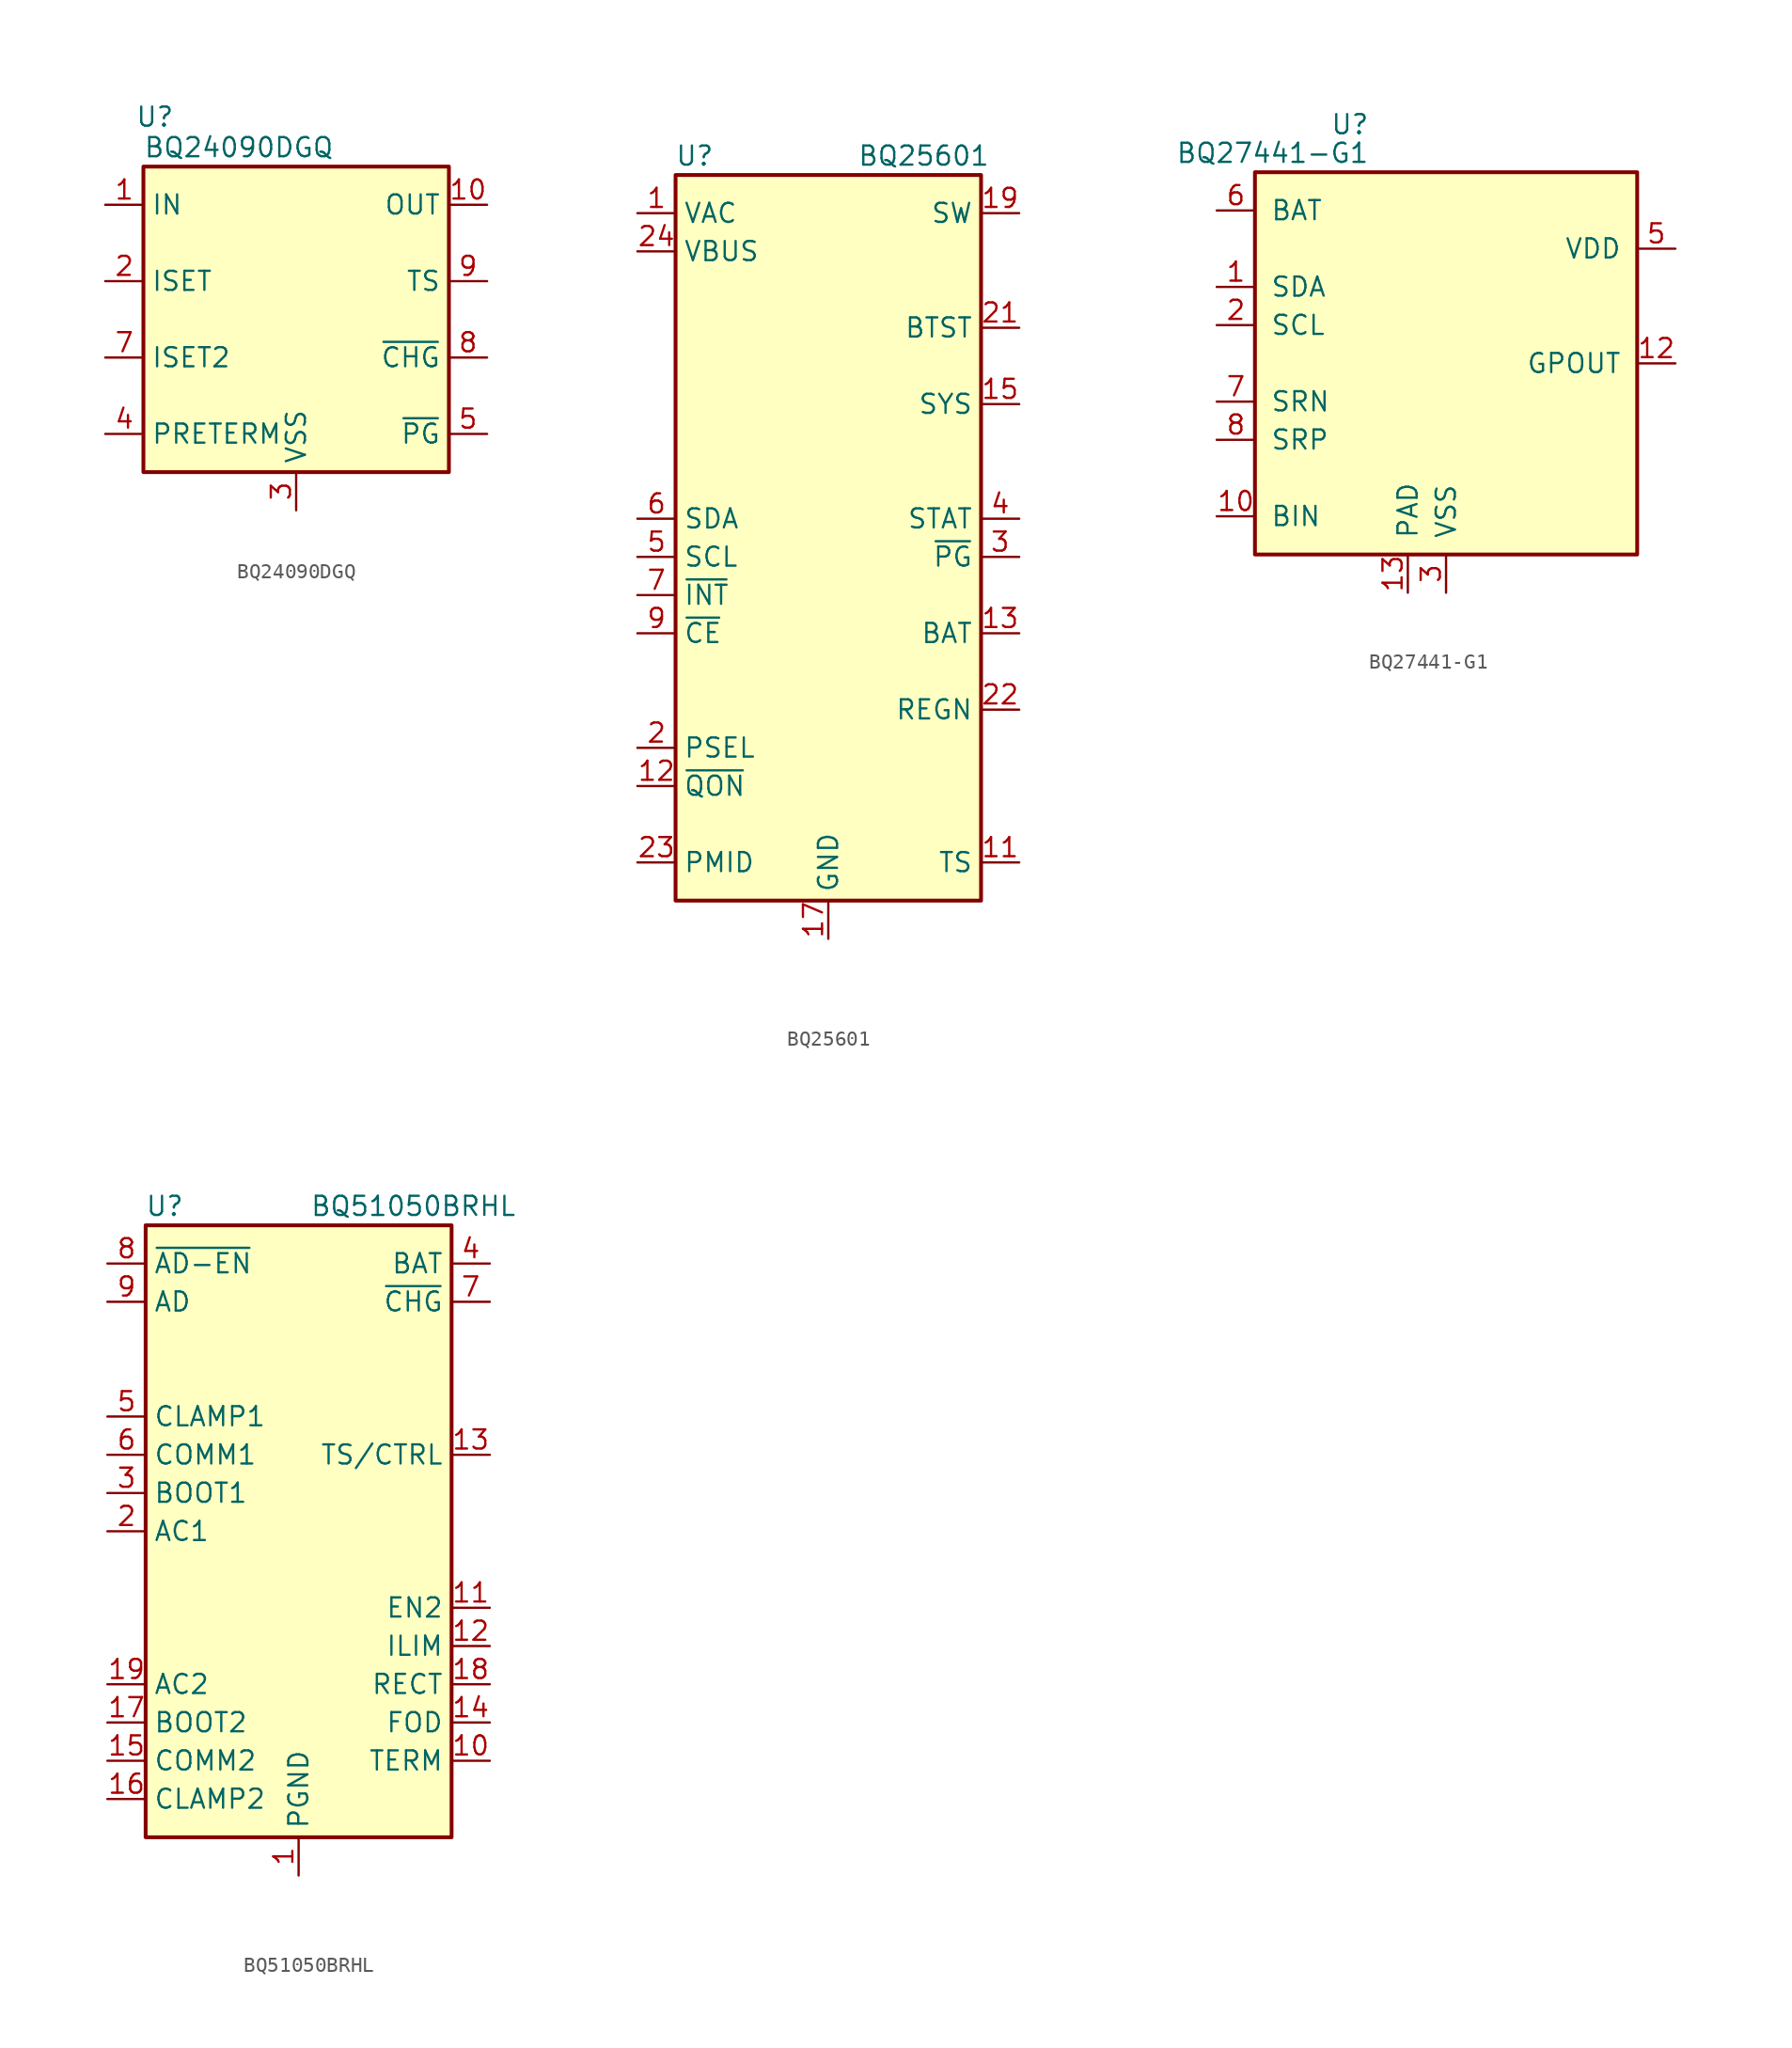
<source format=kicad_sym>
(kicad_symbol_lib
  (version 20200908)
  (generator kicad_symbol_editor)
  (symbol "Battery_Management:BQ24090DGQ"
    (property "Reference" "U"
      (at -9.398 13.462 0)
      (effects (font (size 1.27 1.27))))
    (property "Value" "BQ24090DGQ"
      (at -3.81 11.43 0)
      (effects (font (size 1.27 1.27))))
    (symbol "BQ24090DGQ_0_1"
      (rectangle (start -10.16 10.16) (end 10.16 -10.16) (stroke (width 0.254)) (fill (type background))))
    (symbol "BQ24090DGQ_1_1"
      (pin power_in line (at -12.7 7.62 0) (length 2.54) (name "IN" (effects (font (size 1.27 1.27)))) (number "1" (effects (font (size 1.27 1.27)))))
      (pin power_out line (at 12.7 7.62 180) (length 2.54) (name "OUT" (effects (font (size 1.27 1.27)))) (number "10" (effects (font (size 1.27 1.27)))))
      (pin passive line (at 0 -12.7 90) (length 2.54) hide (name "VSS" (effects (font (size 1.27 1.27)))) (number "11" (effects (font (size 1.27 1.27)))))
      (pin passive line (at -12.7 2.54 0) (length 2.54) (name "ISET" (effects (font (size 1.27 1.27)))) (number "2" (effects (font (size 1.27 1.27)))))
      (pin power_in line (at 0 -12.7 90) (length 2.54) (name "VSS" (effects (font (size 1.27 1.27)))) (number "3" (effects (font (size 1.27 1.27)))))
      (pin passive line (at -12.7 -7.62 0) (length 2.54) (name "PRETERM" (effects (font (size 1.27 1.27)))) (number "4" (effects (font (size 1.27 1.27)))))
      (pin open_collector line (at 12.7 -7.62 180) (length 2.54) (name "~PG" (effects (font (size 1.27 1.27)))) (number "5" (effects (font (size 1.27 1.27)))))
      (pin unconnected line (at 5.08 -10.16 90) (length 2.54) hide (name "NC" (effects (font (size 1.27 1.27)))) (number "6" (effects (font (size 1.27 1.27)))))
      (pin passive line (at -12.7 -2.54 0) (length 2.54) (name "ISET2" (effects (font (size 1.27 1.27)))) (number "7" (effects (font (size 1.27 1.27)))))
      (pin open_collector line (at 12.7 -2.54 180) (length 2.54) (name "~CHG" (effects (font (size 1.27 1.27)))) (number "8" (effects (font (size 1.27 1.27)))))
      (pin passive line (at 12.7 2.54 180) (length 2.54) (name "TS" (effects (font (size 1.27 1.27)))) (number "9" (effects (font (size 1.27 1.27)))))))
  (symbol "Battery_Management:BQ25601"
    (property "Reference" "U"
      (at -8.89 26.67 0)
      (effects (font (size 1.27 1.27))))
    (property "Value" "BQ25601"
      (at 6.35 26.67 0)
      (effects (font (size 1.27 1.27))))
    (symbol "BQ25601_0_1"
      (rectangle (start -10.16 -22.86) (end 10.16 25.4) (stroke (width 0.254)) (fill (type background))))
    (symbol "BQ25601_1_1"
      (pin input line (at -12.7 22.86 0) (length 2.54) (name "VAC" (effects (font (size 1.27 1.27)))) (number "1" (effects (font (size 1.27 1.27)))))
      (pin unconnected line (at -10.16 12.7 0) (length 2.54) hide (name "NC" (effects (font (size 1.27 1.27)))) (number "10" (effects (font (size 1.27 1.27)))))
      (pin passive line (at 12.7 -20.32 180) (length 2.54) (name "TS" (effects (font (size 1.27 1.27)))) (number "11" (effects (font (size 1.27 1.27)))))
      (pin input line (at -12.7 -15.24 0) (length 2.54) (name "~QON" (effects (font (size 1.27 1.27)))) (number "12" (effects (font (size 1.27 1.27)))))
      (pin power_in line (at 12.7 -5.08 180) (length 2.54) (name "BAT" (effects (font (size 1.27 1.27)))) (number "13" (effects (font (size 1.27 1.27)))))
      (pin passive line (at 12.7 -5.08 180) (length 2.54) hide (name "BAT" (effects (font (size 1.27 1.27)))) (number "14" (effects (font (size 1.27 1.27)))))
      (pin passive line (at 12.7 10.16 180) (length 2.54) (name "SYS" (effects (font (size 1.27 1.27)))) (number "15" (effects (font (size 1.27 1.27)))))
      (pin passive line (at 12.7 10.16 180) (length 2.54) hide (name "SYS" (effects (font (size 1.27 1.27)))) (number "16" (effects (font (size 1.27 1.27)))))
      (pin power_in line (at 0 -25.4 90) (length 2.54) (name "GND" (effects (font (size 1.27 1.27)))) (number "17" (effects (font (size 1.27 1.27)))))
      (pin passive line (at 0 -25.4 90) (length 2.54) hide (name "GND" (effects (font (size 1.27 1.27)))) (number "18" (effects (font (size 1.27 1.27)))))
      (pin passive line (at 12.7 22.86 180) (length 2.54) (name "SW" (effects (font (size 1.27 1.27)))) (number "19" (effects (font (size 1.27 1.27)))))
      (pin input line (at -12.7 -12.7 0) (length 2.54) (name "PSEL" (effects (font (size 1.27 1.27)))) (number "2" (effects (font (size 1.27 1.27)))))
      (pin passive line (at 12.7 22.86 180) (length 2.54) hide (name "SW" (effects (font (size 1.27 1.27)))) (number "20" (effects (font (size 1.27 1.27)))))
      (pin input line (at 12.7 15.24 180) (length 2.54) (name "BTST" (effects (font (size 1.27 1.27)))) (number "21" (effects (font (size 1.27 1.27)))))
      (pin passive line (at 12.7 -10.16 180) (length 2.54) (name "REGN" (effects (font (size 1.27 1.27)))) (number "22" (effects (font (size 1.27 1.27)))))
      (pin passive line (at -12.7 -20.32 0) (length 2.54) (name "PMID" (effects (font (size 1.27 1.27)))) (number "23" (effects (font (size 1.27 1.27)))))
      (pin power_in line (at -12.7 20.32 0) (length 2.54) (name "VBUS" (effects (font (size 1.27 1.27)))) (number "24" (effects (font (size 1.27 1.27)))))
      (pin passive line (at 0 -25.4 90) (length 2.54) hide (name "GND" (effects (font (size 1.27 1.27)))) (number "25" (effects (font (size 1.27 1.27)))))
      (pin open_collector line (at 12.7 0 180) (length 2.54) (name "~PG" (effects (font (size 1.27 1.27)))) (number "3" (effects (font (size 1.27 1.27)))))
      (pin open_collector line (at 12.7 2.54 180) (length 2.54) (name "STAT" (effects (font (size 1.27 1.27)))) (number "4" (effects (font (size 1.27 1.27)))))
      (pin input line (at -12.7 0 0) (length 2.54) (name "SCL" (effects (font (size 1.27 1.27)))) (number "5" (effects (font (size 1.27 1.27)))))
      (pin bidirectional line (at -12.7 2.54 0) (length 2.54) (name "SDA" (effects (font (size 1.27 1.27)))) (number "6" (effects (font (size 1.27 1.27)))))
      (pin open_collector line (at -12.7 -2.54 0) (length 2.54) (name "~INT" (effects (font (size 1.27 1.27)))) (number "7" (effects (font (size 1.27 1.27)))))
      (pin unconnected line (at -10.16 15.24 0) (length 2.54) hide (name "NC" (effects (font (size 1.27 1.27)))) (number "8" (effects (font (size 1.27 1.27)))))
      (pin input line (at -12.7 -5.08 0) (length 2.54) (name "~CE" (effects (font (size 1.27 1.27)))) (number "9" (effects (font (size 1.27 1.27)))))))
  (symbol "Battery_Management:BQ27441-G1"
    (pin_names
      (offset 1.016))
    (property "Reference" "U"
      (at -5.08 15.875 0)
      (effects (font (size 1.27 1.27)) (justify right)))
    (property "Value" "BQ27441-G1"
      (at -5.08 13.97 0)
      (effects (font (size 1.27 1.27)) (justify right)))
    (symbol "BQ27441-G1_0_1"
      (rectangle (start -12.7 12.7) (end 12.7 -12.7) (stroke (width 0.254)) (fill (type background))))
    (symbol "BQ27441-G1_1_1"
      (pin bidirectional line (at -15.24 5.08 0) (length 2.54) (name "SDA" (effects (font (size 1.27 1.27)))) (number "1" (effects (font (size 1.27 1.27)))))
      (pin input line (at -15.24 -10.16 0) (length 2.54) (name "BIN" (effects (font (size 1.27 1.27)))) (number "10" (effects (font (size 1.27 1.27)))))
      (pin unconnected line (at 10.16 -2.54 180) (length 2.54) hide (name "NC" (effects (font (size 1.27 1.27)))) (number "11" (effects (font (size 1.27 1.27)))))
      (pin output line (at 15.24 0 180) (length 2.54) (name "GPOUT" (effects (font (size 1.27 1.27)))) (number "12" (effects (font (size 1.27 1.27)))))
      (pin power_in line (at -2.54 -15.24 90) (length 2.54) (name "PAD" (effects (font (size 1.27 1.27)))) (number "13" (effects (font (size 1.27 1.27)))))
      (pin input line (at -15.24 2.54 0) (length 2.54) (name "SCL" (effects (font (size 1.27 1.27)))) (number "2" (effects (font (size 1.27 1.27)))))
      (pin power_in line (at 0 -15.24 90) (length 2.54) (name "VSS" (effects (font (size 1.27 1.27)))) (number "3" (effects (font (size 1.27 1.27)))))
      (pin unconnected line (at 10.16 -7.62 180) (length 2.54) hide (name "NC" (effects (font (size 1.27 1.27)))) (number "4" (effects (font (size 1.27 1.27)))))
      (pin power_out line (at 15.24 7.62 180) (length 2.54) (name "VDD" (effects (font (size 1.27 1.27)))) (number "5" (effects (font (size 1.27 1.27)))))
      (pin power_in line (at -15.24 10.16 0) (length 2.54) (name "BAT" (effects (font (size 1.27 1.27)))) (number "6" (effects (font (size 1.27 1.27)))))
      (pin input line (at -15.24 -2.54 0) (length 2.54) (name "SRN" (effects (font (size 1.27 1.27)))) (number "7" (effects (font (size 1.27 1.27)))))
      (pin input line (at -15.24 -5.08 0) (length 2.54) (name "SRP" (effects (font (size 1.27 1.27)))) (number "8" (effects (font (size 1.27 1.27)))))
      (pin unconnected line (at 10.16 -5.08 180) (length 2.54) hide (name "NC" (effects (font (size 1.27 1.27)))) (number "9" (effects (font (size 1.27 1.27)))))))
  (symbol "Battery_Management:BQ51050BRHL"
    (property "Reference" "U"
      (at -8.89 21.59 0)
      (effects (font (size 1.27 1.27))))
    (property "Value" "BQ51050BRHL"
      (at 7.62 21.59 0)
      (effects (font (size 1.27 1.27))))
    (symbol "BQ51050BRHL_0_1"
      (rectangle (start -10.16 -20.32) (end 10.16 20.32) (stroke (width 0.254)) (fill (type background))))
    (symbol "BQ51050BRHL_1_1"
      (pin power_in line (at 0 -22.86 90) (length 2.54) (name "PGND" (effects (font (size 1.27 1.27)))) (number "1" (effects (font (size 1.27 1.27)))))
      (pin input line (at 12.7 -15.24 180) (length 2.54) (name "TERM" (effects (font (size 1.27 1.27)))) (number "10" (effects (font (size 1.27 1.27)))))
      (pin input line (at 12.7 -5.08 180) (length 2.54) (name "EN2" (effects (font (size 1.27 1.27)))) (number "11" (effects (font (size 1.27 1.27)))))
      (pin passive line (at 12.7 -7.62 180) (length 2.54) (name "ILIM" (effects (font (size 1.27 1.27)))) (number "12" (effects (font (size 1.27 1.27)))))
      (pin input line (at 12.7 5.08 180) (length 2.54) (name "TS/CTRL" (effects (font (size 1.27 1.27)))) (number "13" (effects (font (size 1.27 1.27)))))
      (pin input line (at 12.7 -12.7 180) (length 2.54) (name "FOD" (effects (font (size 1.27 1.27)))) (number "14" (effects (font (size 1.27 1.27)))))
      (pin open_collector line (at -12.7 -15.24 0) (length 2.54) (name "COMM2" (effects (font (size 1.27 1.27)))) (number "15" (effects (font (size 1.27 1.27)))))
      (pin open_collector line (at -12.7 -17.78 0) (length 2.54) (name "CLAMP2" (effects (font (size 1.27 1.27)))) (number "16" (effects (font (size 1.27 1.27)))))
      (pin passive line (at -12.7 -12.7 0) (length 2.54) (name "BOOT2" (effects (font (size 1.27 1.27)))) (number "17" (effects (font (size 1.27 1.27)))))
      (pin passive line (at 12.7 -10.16 180) (length 2.54) (name "RECT" (effects (font (size 1.27 1.27)))) (number "18" (effects (font (size 1.27 1.27)))))
      (pin input line (at -12.7 -10.16 0) (length 2.54) (name "AC2" (effects (font (size 1.27 1.27)))) (number "19" (effects (font (size 1.27 1.27)))))
      (pin input line (at -12.7 0 0) (length 2.54) (name "AC1" (effects (font (size 1.27 1.27)))) (number "2" (effects (font (size 1.27 1.27)))))
      (pin passive line (at 0 -22.86 90) (length 2.54) hide (name "PGND" (effects (font (size 1.27 1.27)))) (number "20" (effects (font (size 1.27 1.27)))))
      (pin passive line (at 0 -22.86 90) (length 2.54) hide (name "PGND" (effects (font (size 1.27 1.27)))) (number "21" (effects (font (size 1.27 1.27)))))
      (pin passive line (at -12.7 2.54 0) (length 2.54) (name "BOOT1" (effects (font (size 1.27 1.27)))) (number "3" (effects (font (size 1.27 1.27)))))
      (pin power_out line (at 12.7 17.78 180) (length 2.54) (name "BAT" (effects (font (size 1.27 1.27)))) (number "4" (effects (font (size 1.27 1.27)))))
      (pin open_collector line (at -12.7 7.62 0) (length 2.54) (name "CLAMP1" (effects (font (size 1.27 1.27)))) (number "5" (effects (font (size 1.27 1.27)))))
      (pin open_collector line (at -12.7 5.08 0) (length 2.54) (name "COMM1" (effects (font (size 1.27 1.27)))) (number "6" (effects (font (size 1.27 1.27)))))
      (pin open_collector line (at 12.7 15.24 180) (length 2.54) (name "~CHG" (effects (font (size 1.27 1.27)))) (number "7" (effects (font (size 1.27 1.27)))))
      (pin output line (at -12.7 17.78 0) (length 2.54) (name "~AD-EN" (effects (font (size 1.27 1.27)))) (number "8" (effects (font (size 1.27 1.27)))))
      (pin input line (at -12.7 15.24 0) (length 2.54) (name "AD" (effects (font (size 1.27 1.27)))) (number "9" (effects (font (size 1.27 1.27))))))))
</source>
